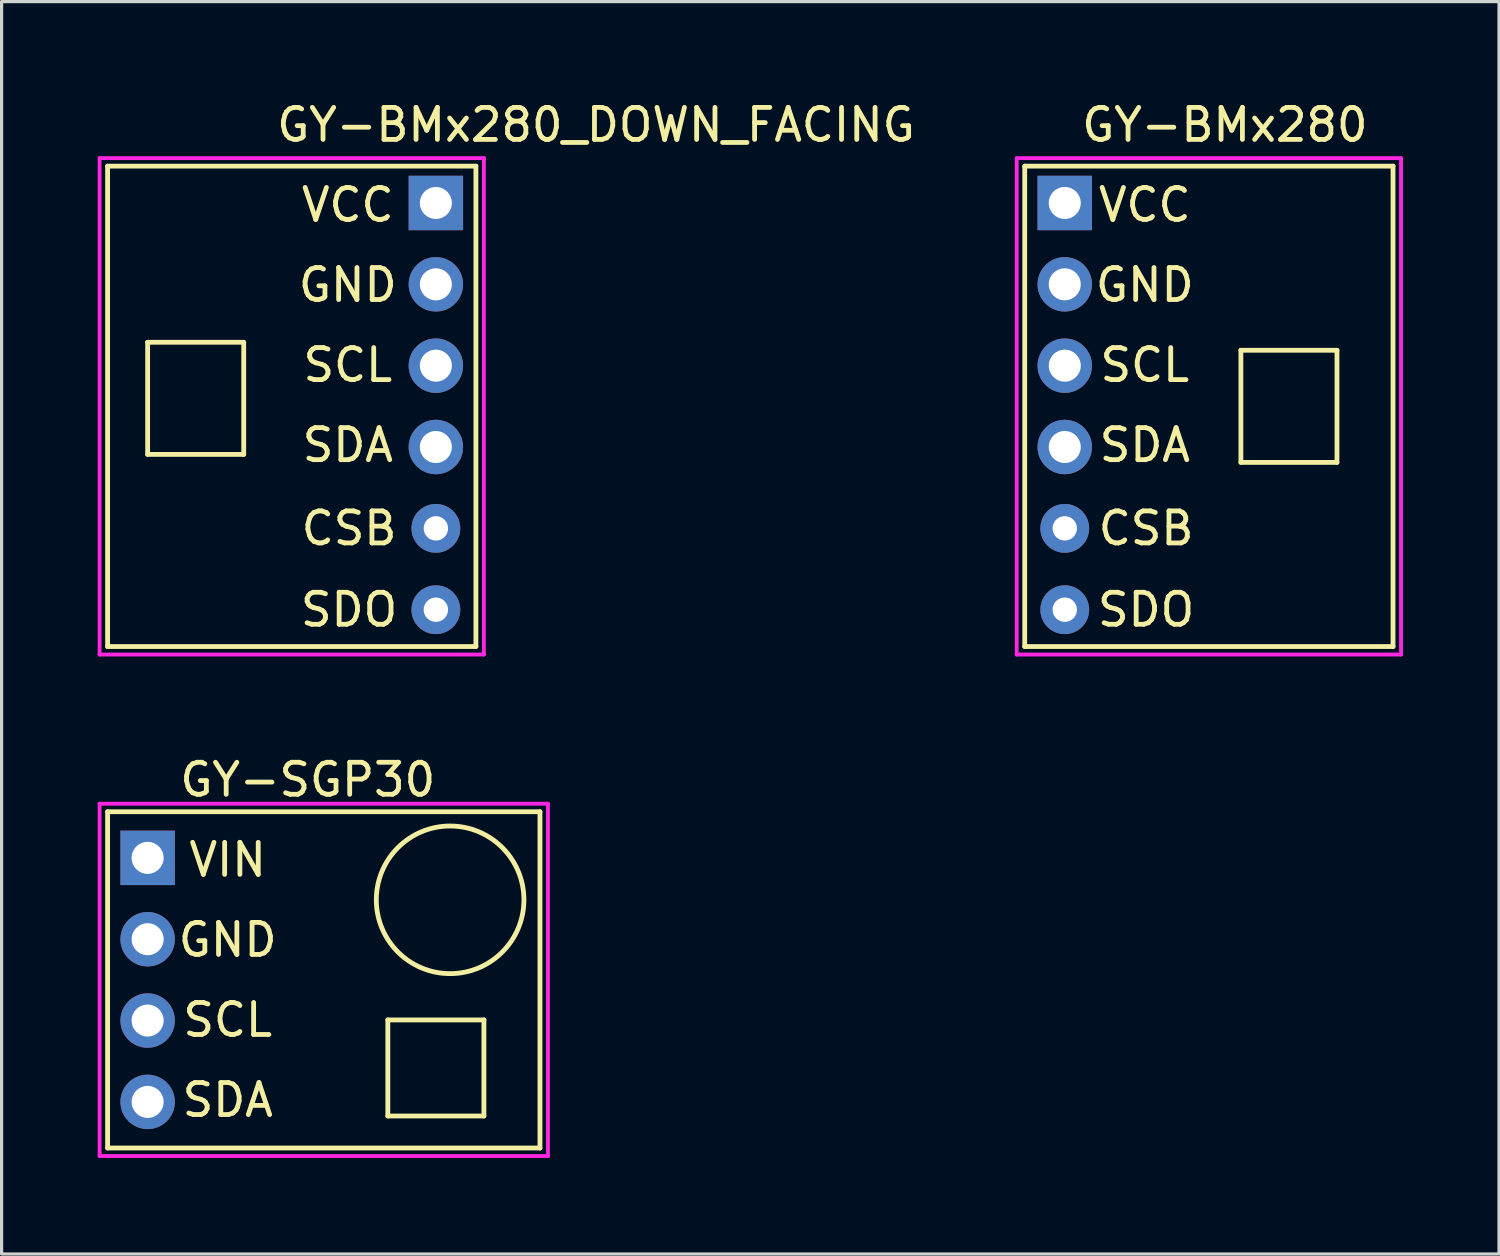
<source format=kicad_pcb>
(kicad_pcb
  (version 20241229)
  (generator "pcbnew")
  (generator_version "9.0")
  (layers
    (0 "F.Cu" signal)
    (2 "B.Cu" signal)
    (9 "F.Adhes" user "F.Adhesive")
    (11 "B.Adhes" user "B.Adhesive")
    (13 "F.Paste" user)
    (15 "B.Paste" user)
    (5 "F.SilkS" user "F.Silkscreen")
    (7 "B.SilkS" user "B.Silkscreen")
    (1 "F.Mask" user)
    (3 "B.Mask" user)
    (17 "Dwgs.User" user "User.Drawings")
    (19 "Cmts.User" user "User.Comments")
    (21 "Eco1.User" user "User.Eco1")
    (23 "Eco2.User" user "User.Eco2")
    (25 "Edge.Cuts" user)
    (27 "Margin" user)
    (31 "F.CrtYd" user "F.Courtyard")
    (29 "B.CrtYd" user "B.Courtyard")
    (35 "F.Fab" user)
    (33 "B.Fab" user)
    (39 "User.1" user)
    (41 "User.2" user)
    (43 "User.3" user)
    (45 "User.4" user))
  (footprint "GY-BMx280_DOWN_FACING"
    (layer "F.Cu")
    (at 10.56 9.638)
    (property "Reference" "GY-BMx280_DOWN_FACING" (at 5 -8.79 0) (layer "F.SilkS") (effects (font (size 1 1) (thickness 0.15))))
    (attr through_hole)
    (fp_line (start -10.25 -7.5) (end 1.25 -7.5) (stroke (width 0.15) (type solid)) (layer "F.SilkS"))
    (fp_line (start -10.25 7.5) (end -10.25 -7.5) (stroke (width 0.15) (type solid)) (layer "F.SilkS"))
    (fp_line (start -10.25 7.5) (end 1.25 7.5) (stroke (width 0.15) (type solid)) (layer "F.SilkS"))
    (fp_line (start -9 -2) (end -6 -2) (stroke (width 0.15) (type solid)) (layer "F.SilkS"))
    (fp_line (start -9 1.5) (end -9 -2) (stroke (width 0.15) (type solid)) (layer "F.SilkS"))
    (fp_line (start -6 -2) (end -6 1.5) (stroke (width 0.15) (type solid)) (layer "F.SilkS"))
    (fp_line (start -6 1.5) (end -9 1.5) (stroke (width 0.15) (type solid)) (layer "F.SilkS"))
    (fp_line (start 1.25 -7.5) (end 1.25 7.5) (stroke (width 0.15) (type solid)) (layer "F.SilkS"))
    (fp_line (start -10.5 -7.75) (end -10.5 7.75) (stroke (width 0.12) (type solid)) (layer "F.CrtYd"))
    (fp_line (start -10.5 7.75) (end 1.5 7.75) (stroke (width 0.12) (type solid)) (layer "F.CrtYd"))
    (fp_line (start 1.5 -7.75) (end -10.5 -7.75) (stroke (width 0.12) (type solid)) (layer "F.CrtYd"))
    (fp_line (start 1.5 7.75) (end 1.5 -7.75) (stroke (width 0.12) (type solid)) (layer "F.CrtYd"))
    (fp_text user "VCC" (at -2.75 -6.29 0) (layer "F.SilkS") (effects (font (size 1 1) (thickness 0.15))))
    (fp_text user "GND" (at -2.75 -3.79 0) (layer "F.SilkS") (effects (font (size 1 1) (thickness 0.15))))
    (fp_text user "CSB" (at -2.71 3.81 0) (layer "F.SilkS") (effects (font (size 1 1) (thickness 0.15))))
    (fp_text user "SDO" (at -2.71 6.35 0) (layer "F.SilkS") (effects (font (size 1 1) (thickness 0.15))))
    (fp_text user "SDA" (at -2.75 1.21 0) (layer "F.SilkS") (effects (font (size 1 1) (thickness 0.15))))
    (fp_text user "SCL" (at -2.75 -1.29 0) (layer "F.SilkS") (effects (font (size 1 1) (thickness 0.15))))
    (pad "1" thru_hole rect (at 0 -6.35) (size 1.7 1.7) (drill 1) (layers "*.Cu" "*.Mask"))
    (pad "2" thru_hole oval (at 0 -3.81) (size 1.7 1.7) (drill 1) (layers "*.Cu" "*.Mask"))
    (pad "3" thru_hole oval (at 0 -1.27) (size 1.7 1.7) (drill 1) (layers "*.Cu" "*.Mask"))
    (pad "4" thru_hole oval (at 0 1.27) (size 1.7 1.7) (drill 1) (layers "*.Cu" "*.Mask"))
    (pad "5" thru_hole circle (at 0 3.81) (size 1.524 1.524) (drill 0.762) (layers "*.Cu" "*.Mask"))
    (pad "6" thru_hole circle (at 0 6.35) (size 1.524 1.524) (drill 0.762) (layers "*.Cu" "*.Mask")))
  (footprint "GY-BMx280"
    (layer "F.Cu")
    (at 30.197 9.638)
    (property "Reference" "GY-BMx280" (at 5 -8.79 0) (layer "F.SilkS") (effects (font (size 1 1) (thickness 0.15))))
    (attr through_hole)
    (fp_line (start -1.25 -7.5) (end 10.25 -7.5) (stroke (width 0.15) (type solid)) (layer "F.SilkS"))
    (fp_line (start -1.25 7.5) (end -1.25 -7.5) (stroke (width 0.15) (type solid)) (layer "F.SilkS"))
    (fp_line (start -1.25 7.5) (end 10.25 7.5) (stroke (width 0.15) (type solid)) (layer "F.SilkS"))
    (fp_line (start 5.5 -1.75) (end 8.5 -1.75) (stroke (width 0.15) (type solid)) (layer "F.SilkS"))
    (fp_line (start 5.5 1.75) (end 5.5 -1.75) (stroke (width 0.15) (type solid)) (layer "F.SilkS"))
    (fp_line (start 8.5 -1.75) (end 8.5 1.75) (stroke (width 0.15) (type solid)) (layer "F.SilkS"))
    (fp_line (start 8.5 1.75) (end 5.5 1.75) (stroke (width 0.15) (type solid)) (layer "F.SilkS"))
    (fp_line (start 10.25 -7.5) (end 10.25 7.5) (stroke (width 0.15) (type solid)) (layer "F.SilkS"))
    (fp_line (start -1.5 -7.75) (end -1.5 7.75) (stroke (width 0.12) (type solid)) (layer "F.CrtYd"))
    (fp_line (start -1.5 7.75) (end 10.5 7.75) (stroke (width 0.12) (type solid)) (layer "F.CrtYd"))
    (fp_line (start 10.5 -7.75) (end -1.5 -7.75) (stroke (width 0.12) (type solid)) (layer "F.CrtYd"))
    (fp_line (start 10.5 7.75) (end 10.5 -7.75) (stroke (width 0.12) (type solid)) (layer "F.CrtYd"))
    (fp_text user "SCL" (at 2.5 -1.29 0) (layer "F.SilkS") (effects (font (size 1 1) (thickness 0.15))))
    (fp_text user "GND" (at 2.5 -3.79 0) (layer "F.SilkS") (effects (font (size 1 1) (thickness 0.15))))
    (fp_text user "VCC" (at 2.5 -6.29 0) (layer "F.SilkS") (effects (font (size 1 1) (thickness 0.15))))
    (fp_text user "SDO" (at 2.54 6.35 0) (layer "F.SilkS") (effects (font (size 1 1) (thickness 0.15))))
    (fp_text user "CSB" (at 2.54 3.81 0) (layer "F.SilkS") (effects (font (size 1 1) (thickness 0.15))))
    (fp_text user "SDA" (at 2.5 1.21 0) (layer "F.SilkS") (effects (font (size 1 1) (thickness 0.15))))
    (pad "1" thru_hole rect (at 0 -6.35) (size 1.7 1.7) (drill 1) (layers "*.Cu" "*.Mask"))
    (pad "2" thru_hole oval (at 0 -3.81) (size 1.7 1.7) (drill 1) (layers "*.Cu" "*.Mask"))
    (pad "3" thru_hole oval (at 0 -1.27) (size 1.7 1.7) (drill 1) (layers "*.Cu" "*.Mask"))
    (pad "4" thru_hole oval (at 0 1.27) (size 1.7 1.7) (drill 1) (layers "*.Cu" "*.Mask"))
    (pad "5" thru_hole circle (at 0 3.81) (size 1.524 1.524) (drill 0.762) (layers "*.Cu" "*.Mask"))
    (pad "6" thru_hole circle (at 0 6.35) (size 1.524 1.524) (drill 0.762) (layers "*.Cu" "*.Mask")))
  (footprint "GY-SGP30"
    (layer "F.Cu")
    (at 1.56 27.547)
    (property "Reference" "GY-SGP30" (at 5 -6.25 0) (layer "F.SilkS") (effects (font (size 1 1) (thickness 0.15))))
    (attr through_hole)
    (fp_line (start -1.25 -5.25) (end 12.25 -5.25) (stroke (width 0.15) (type solid)) (layer "F.SilkS"))
    (fp_line (start -1.25 5.25) (end -1.25 -5.25) (stroke (width 0.15) (type solid)) (layer "F.SilkS"))
    (fp_line (start -1.25 5.25) (end 12.25 5.25) (stroke (width 0.15) (type solid)) (layer "F.SilkS"))
    (fp_line (start 7.5 1.25) (end 10.5 1.25) (stroke (width 0.15) (type solid)) (layer "F.SilkS"))
    (fp_line (start 7.5 4.25) (end 7.5 1.25) (stroke (width 0.15) (type solid)) (layer "F.SilkS"))
    (fp_line (start 10.5 1.25) (end 10.5 4.25) (stroke (width 0.15) (type solid)) (layer "F.SilkS"))
    (fp_line (start 10.5 4.25) (end 7.5 4.25) (stroke (width 0.15) (type solid)) (layer "F.SilkS"))
    (fp_line (start 12.25 -5.25) (end 12.25 5.25) (stroke (width 0.15) (type solid)) (layer "F.SilkS"))
    (fp_circle (center 9.445 -2.5) (end 11.695 -2) (stroke (width 0.15) (type solid)) (fill no) (layer "F.SilkS"))
    (fp_line (start -1.5 -5.5) (end -1.5 5.5) (stroke (width 0.12) (type solid)) (layer "F.CrtYd"))
    (fp_line (start -1.5 5.5) (end 12.5 5.5) (stroke (width 0.12) (type solid)) (layer "F.CrtYd"))
    (fp_line (start 12.5 -5.5) (end -1.5 -5.5) (stroke (width 0.12) (type solid)) (layer "F.CrtYd"))
    (fp_line (start 12.5 5.5) (end 12.5 -5.5) (stroke (width 0.12) (type solid)) (layer "F.CrtYd"))
    (fp_text user "SDA" (at 2.5 3.75 0) (layer "F.SilkS") (effects (font (size 1 1) (thickness 0.15))))
    (fp_text user "SCL" (at 2.5 1.25 0) (layer "F.SilkS") (effects (font (size 1 1) (thickness 0.15))))
    (fp_text user "VIN" (at 2.5 -3.75 0) (layer "F.SilkS") (effects (font (size 1 1) (thickness 0.15))))
    (fp_text user "GND" (at 2.5 -1.25 0) (layer "F.SilkS") (effects (font (size 1 1) (thickness 0.15))))
    (pad "1" thru_hole rect (at 0 -3.81) (size 1.7 1.7) (drill 1) (layers "*.Cu" "*.Mask"))
    (pad "2" thru_hole oval (at 0 -1.27) (size 1.7 1.7) (drill 1) (layers "*.Cu" "*.Mask"))
    (pad "3" thru_hole oval (at 0 1.27) (size 1.7 1.7) (drill 1) (layers "*.Cu" "*.Mask"))
    (pad "4" thru_hole oval (at 0 3.81) (size 1.7 1.7) (drill 1) (layers "*.Cu" "*.Mask")))
  (gr_rect
    (start -3 -3)
    (end 43.757 36.106)
    (stroke (width 0.1) (type default))
    (fill no)
    (layer "Edge.Cuts")))
</source>
